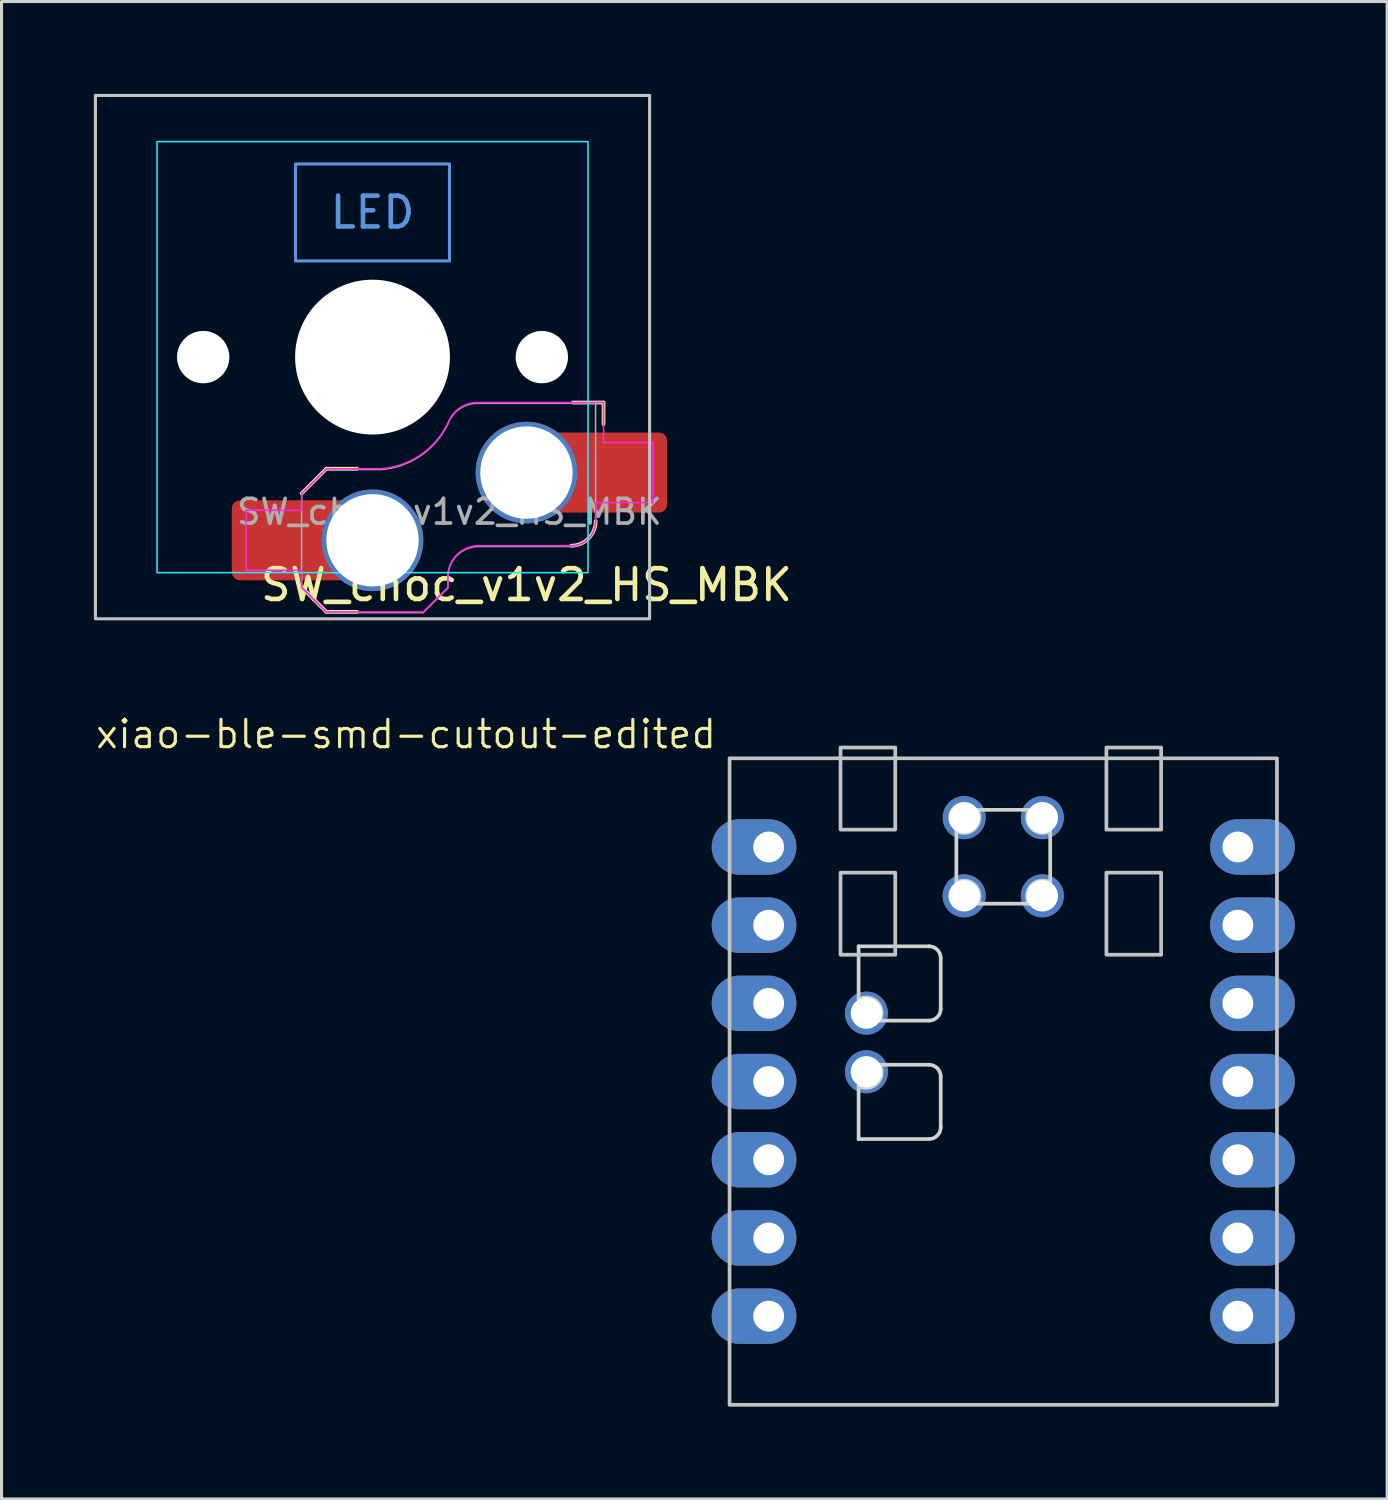
<source format=kicad_pcb>
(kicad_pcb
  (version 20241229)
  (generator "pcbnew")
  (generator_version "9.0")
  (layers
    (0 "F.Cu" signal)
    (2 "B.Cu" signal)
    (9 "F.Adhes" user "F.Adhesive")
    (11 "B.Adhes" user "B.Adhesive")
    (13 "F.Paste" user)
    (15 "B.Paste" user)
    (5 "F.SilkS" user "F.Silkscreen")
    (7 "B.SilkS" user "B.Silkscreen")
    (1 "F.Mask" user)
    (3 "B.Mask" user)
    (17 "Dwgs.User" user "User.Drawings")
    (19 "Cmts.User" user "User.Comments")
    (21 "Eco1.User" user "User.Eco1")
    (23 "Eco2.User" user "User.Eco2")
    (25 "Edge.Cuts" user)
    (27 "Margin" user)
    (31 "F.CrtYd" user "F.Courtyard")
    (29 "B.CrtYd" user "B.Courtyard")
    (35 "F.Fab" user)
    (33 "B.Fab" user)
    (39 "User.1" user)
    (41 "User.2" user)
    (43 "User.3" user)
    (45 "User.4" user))
  (footprint "xiao-ble-smd-cutout-edited"
    (layer "F.Cu")
    (at 29.538 32.081)
    (property "Reference" "xiao-ble-smd-cutout-edited" (at -19.399 -11.283 0) (layer "F.SilkS") (effects (font (size 0.889 0.889) (thickness 0.102))))
    (attr smd exclude_from_pos_files exclude_from_bom)
    (fp_rect (start -5.286 -10.85) (end -3.508 -8.183) (stroke (width 0.12) (type solid)) (fill no) (layer "Dwgs.User"))
    (fp_rect (start -3.508 -4.119) (end -5.286 -6.786) (stroke (width 0.12) (type solid)) (fill no) (layer "Dwgs.User"))
    (fp_rect (start 5.128 -8.183) (end 3.35 -10.85) (stroke (width 0.12) (type solid)) (fill no) (layer "Dwgs.User"))
    (fp_rect (start 5.128 -4.119) (end 3.35 -6.786) (stroke (width 0.12) (type solid)) (fill no) (layer "Dwgs.User"))
    (fp_rect (start 8.89 -10.5) (end -8.89 10.5) (stroke (width 0.12) (type solid)) (fill no) (layer "Dwgs.User"))
    (fp_line (start -4.699 -4.393) (end -2.413 -4.393) (stroke (width 0.12) (type solid)) (layer "Edge.Cuts"))
    (fp_line (start -4.699 -2.666) (end -4.699 -4.393) (stroke (width 0.12) (type solid)) (layer "Edge.Cuts"))
    (fp_line (start -4.699 1.867) (end -4.699 0.14) (stroke (width 0.12) (type solid)) (layer "Edge.Cuts"))
    (fp_line (start -4.013 -0.546) (end -2.413 -0.546) (stroke (width 0.12) (type solid)) (layer "Edge.Cuts"))
    (fp_line (start -2.413 -1.98) (end -4.013 -1.98) (stroke (width 0.12) (type solid)) (layer "Edge.Cuts"))
    (fp_line (start -2.413 1.867) (end -4.699 1.867) (stroke (width 0.12) (type solid)) (layer "Edge.Cuts"))
    (fp_line (start -2.032 -4.012) (end -2.032 -2.361) (stroke (width 0.12) (type solid)) (layer "Edge.Cuts"))
    (fp_line (start -2.032 -0.165) (end -2.032 1.486) (stroke (width 0.12) (type solid)) (layer "Edge.Cuts"))
    (fp_line (start -1.524 -8.14) (end -1.524 -6.464) (stroke (width 0.12) (type solid)) (layer "Edge.Cuts"))
    (fp_line (start 0.838 -8.826) (end -0.838 -8.826) (stroke (width 0.12) (type solid)) (layer "Edge.Cuts"))
    (fp_line (start 0.838 -5.778) (end -0.838 -5.778) (stroke (width 0.12) (type solid)) (layer "Edge.Cuts"))
    (fp_line (start 1.524 -8.14) (end 1.524 -6.464) (stroke (width 0.12) (type solid)) (layer "Edge.Cuts"))
    (fp_arc (start -4.699001 -2.666293) (mid -4.095392 -2.584102) (end -4.013201 -1.980493) (stroke (width 0.12) (type solid)) (layer "Edge.Cuts"))
    (fp_arc (start -4.013201 -0.545594) (mid -4.095392 0.058015) (end -4.699001 0.140206) (stroke (width 0.12) (type solid)) (layer "Edge.Cuts"))
    (fp_arc (start -2.413001 -4.393493) (mid -2.143593 -4.281901) (end -2.032001 -4.012493) (stroke (width 0.12) (type solid)) (layer "Edge.Cuts"))
    (fp_arc (start -2.413001 -0.545594) (mid -2.143593 -0.434002) (end -2.032001 -0.164594) (stroke (width 0.12) (type solid)) (layer "Edge.Cuts"))
    (fp_arc (start -2.032001 -2.361493) (mid -2.143593 -2.092085) (end -2.413001 -1.980493) (stroke (width 0.12) (type solid)) (layer "Edge.Cuts"))
    (fp_arc (start -2.032001 1.486406) (mid -2.143593 1.755814) (end -2.413001 1.867406) (stroke (width 0.12) (type solid)) (layer "Edge.Cuts"))
    (fp_arc (start -1.524 -6.4638) (mid -0.920391 -6.381609) (end -0.8382 -5.778) (stroke (width 0.12) (type solid)) (layer "Edge.Cuts"))
    (fp_arc (start -0.8382 -8.826) (mid -0.920391 -8.222391) (end -1.524 -8.1402) (stroke (width 0.12) (type solid)) (layer "Edge.Cuts"))
    (fp_arc (start 0.8382 -5.778) (mid 0.920393 -6.381607) (end 1.524 -6.4638) (stroke (width 0.12) (type solid)) (layer "Edge.Cuts"))
    (fp_arc (start 1.524 -8.1402) (mid 0.920393 -8.222393) (end 0.8382 -8.826) (stroke (width 0.12) (type solid)) (layer "Edge.Cuts"))
    (pad "1" thru_hole oval (at -7.62 -7.62) (size 2.75 1.8) (drill 1 (offset -0.475 0)) (layers "*.Cu" "*.Mask"))
    (pad "2" thru_hole oval (at -7.62 -5.08) (size 2.75 1.8) (drill 1 (offset -0.475 0)) (layers "*.Cu" "*.Mask"))
    (pad "3" thru_hole oval (at -7.62 -2.54) (size 2.75 1.8) (drill 1 (offset -0.475 0)) (layers "*.Cu" "*.Mask"))
    (pad "4" thru_hole oval (at -7.62 0) (size 2.75 1.8) (drill 1 (offset -0.475 0)) (layers "*.Cu" "*.Mask"))
    (pad "5" thru_hole oval (at -7.62 2.54) (size 2.75 1.8) (drill 1 (offset -0.475 0)) (layers "*.Cu" "*.Mask"))
    (pad "6" thru_hole oval (at -7.62 5.08) (size 2.75 1.8) (drill 1 (offset -0.475 0)) (layers "*.Cu" "*.Mask"))
    (pad "7" thru_hole oval (at -7.62 7.62) (size 2.75 1.8) (drill 1 (offset -0.475 0)) (layers "*.Cu" "*.Mask"))
    (pad "8" thru_hole oval (at 7.62 -7.62 180) (size 2.75 1.8) (drill 1 (offset -0.475 0)) (layers "*.Cu" "*.Mask"))
    (pad "9" thru_hole oval (at 7.62 -5.08 180) (size 2.75 1.8) (drill 1 (offset -0.475 0)) (layers "*.Cu" "*.Mask"))
    (pad "10" thru_hole oval (at 7.62 -2.54 180) (size 2.75 1.8) (drill 1 (offset -0.475 0)) (layers "*.Cu" "*.Mask"))
    (pad "11" thru_hole oval (at 7.62 0 180) (size 2.75 1.8) (drill 1 (offset -0.475 0)) (layers "*.Cu" "*.Mask"))
    (pad "12" thru_hole oval (at 7.62 2.54 180) (size 2.75 1.8) (drill 1 (offset -0.475 0)) (layers "*.Cu" "*.Mask"))
    (pad "13" thru_hole oval (at 7.62 5.08 180) (size 2.75 1.8) (drill 1 (offset -0.475 0)) (layers "*.Cu" "*.Mask"))
    (pad "14" thru_hole oval (at 7.62 7.62 180) (size 2.75 1.8) (drill 1 (offset -0.475 0)) (layers "*.Cu" "*.Mask"))
    (pad "15" thru_hole circle (at -4.445 -2.222 180) (size 1.397 1.397) (drill 1.016) (layers "*.Cu" "*.Mask"))
    (pad "16" thru_hole circle (at -4.445 -0.317 180) (size 1.397 1.397) (drill 1.016) (layers "*.Cu" "*.Mask"))
    (pad "19" thru_hole circle (at -1.27 -8.572 90) (size 1.397 1.397) (drill 1.016) (layers "*.Cu" "*.Mask"))
    (pad "20" thru_hole circle (at 1.27 -8.572 90) (size 1.397 1.397) (drill 1.016) (layers "*.Cu" "*.Mask"))
    (pad "21" thru_hole circle (at -1.27 -6.032 90) (size 1.397 1.397) (drill 1.016) (layers "*.Cu" "*.Mask"))
    (pad "22" thru_hole circle (at 1.27 -6.032 90) (size 1.397 1.397) (drill 1.016) (layers "*.Cu" "*.Mask")))
  (footprint "SW_choc_v1v2_HS_MBK"
    (layer "F.Cu")
    (at 9.05 8.55)
    (property "Reference" "SW_choc_v1v2_HS_MBK" (at 5 7.4 0) (layer "F.SilkS") (effects (font (size 1 1) (thickness 0.15))))
    (attr smd)
    (fp_line (start -2.3 7.475) (end -1.5 8.275) (stroke (width 0.12) (type solid)) (layer "F.SilkS"))
    (fp_line (start -1.5 3.625) (end -2.3 4.425) (stroke (width 0.12) (type solid)) (layer "F.SilkS"))
    (fp_line (start -1.5 3.625) (end -0.5 3.625) (stroke (width 0.12) (type solid)) (layer "F.SilkS"))
    (fp_line (start -1.5 8.275) (end -0.5 8.275) (stroke (width 0.12) (type solid)) (layer "F.SilkS"))
    (fp_line (start 7.504 1.475) (end 6.504 1.475) (stroke (width 0.12) (type solid)) (layer "F.SilkS"))
    (fp_line (start 7.504 1.475) (end 7.504 2.175) (stroke (width 0.12) (type solid)) (layer "F.SilkS"))
    (fp_arc (start 7.25 5.325) (mid 7.015685 5.890685) (end 6.45 6.125) (stroke (width 0.12) (type solid)) (layer "F.SilkS"))
    (fp_rect (start 9 8.5) (end -9 -8.5) (stroke (width 0.1) (type default)) (fill no) (layer "Dwgs.User"))
    (fp_rect (start 2.5 -3.125) (end -2.5 -6.275) (stroke (width 0.1) (type default)) (fill no) (layer "Cmts.User"))
    (fp_line (start -6.95 -6.45) (end -6.95 6.45) (stroke (width 0.05) (type solid)) (layer "Eco2.User"))
    (fp_line (start -6.45 6.95) (end 6.45 6.95) (stroke (width 0.05) (type solid)) (layer "Eco2.User"))
    (fp_line (start 6.45 -6.95) (end -6.45 -6.95) (stroke (width 0.05) (type solid)) (layer "Eco2.User"))
    (fp_line (start 6.95 6.45) (end 6.95 -6.45) (stroke (width 0.05) (type solid)) (layer "Eco2.User"))
    (fp_arc (start -6.95 -6.45) (mid -6.803553 -6.803553) (end -6.45 -6.95) (stroke (width 0.05) (type solid)) (layer "Eco2.User"))
    (fp_arc (start -6.45 6.95) (mid -6.803553 6.803553) (end -6.95 6.45) (stroke (width 0.05) (type solid)) (layer "Eco2.User"))
    (fp_arc (start 6.45 -6.95) (mid 6.803553 -6.803553) (end 6.95 -6.45) (stroke (width 0.05) (type solid)) (layer "Eco2.User"))
    (fp_arc (start 6.95 6.45) (mid 6.803553 6.803553) (end 6.45 6.95) (stroke (width 0.05) (type solid)) (layer "Eco2.User"))
    (fp_rect (start 7 7) (end -7 -7) (stroke (width 0.05) (type default)) (fill no) (layer "B.CrtYd"))
    (fp_line (start -4.104 4.975) (end -4.104 6.925) (stroke (width 0.05) (type solid)) (layer "F.CrtYd"))
    (fp_line (start -4.104 4.975) (end -2.3 4.975) (stroke (width 0.05) (type solid)) (layer "F.CrtYd"))
    (fp_line (start -4.104 6.925) (end -2.3 6.925) (stroke (width 0.05) (type solid)) (layer "F.CrtYd"))
    (fp_line (start -2.3 4.975) (end -2.3 4.425) (stroke (width 0.05) (type solid)) (layer "F.CrtYd"))
    (fp_line (start -2.3 7.475) (end -2.3 6.925) (stroke (width 0.05) (type solid)) (layer "F.CrtYd"))
    (fp_line (start -2.3 7.475) (end -1.5 8.275) (stroke (width 0.05) (type solid)) (layer "F.CrtYd"))
    (fp_line (start -1.5 3.625) (end -2.3 4.425) (stroke (width 0.05) (type solid)) (layer "F.CrtYd"))
    (fp_line (start -1.5 3.625) (end 0.3 3.625) (stroke (width 0.05) (type solid)) (layer "F.CrtYd"))
    (fp_line (start -1.5 8.275) (end 1.65 8.275) (stroke (width 0.05) (type solid)) (layer "F.CrtYd"))
    (fp_line (start 2.45 7.475) (end 1.65 8.275) (stroke (width 0.05) (type solid)) (layer "F.CrtYd"))
    (fp_line (start 2.45 7.475) (end 2.45 7.125) (stroke (width 0.05) (type solid)) (layer "F.CrtYd"))
    (fp_line (start 3.45 6.125) (end 6.45 6.125) (stroke (width 0.05) (type solid)) (layer "F.CrtYd"))
    (fp_line (start 7.25 4.725) (end 9.104 4.725) (stroke (width 0.05) (type solid)) (layer "F.CrtYd"))
    (fp_line (start 7.25 5.325) (end 7.25 4.725) (stroke (width 0.05) (type solid)) (layer "F.CrtYd"))
    (fp_line (start 7.504 1.475) (end 3.4 1.475) (stroke (width 0.05) (type solid)) (layer "F.CrtYd"))
    (fp_line (start 7.504 1.475) (end 7.504 2.175) (stroke (width 0.05) (type solid)) (layer "F.CrtYd"))
    (fp_line (start 7.504 2.175) (end 7.504 2.775) (stroke (width 0.05) (type solid)) (layer "F.CrtYd"))
    (fp_line (start 9.104 2.775) (end 7.504 2.775) (stroke (width 0.05) (type solid)) (layer "F.CrtYd"))
    (fp_line (start 9.104 4.725) (end 9.104 2.775) (stroke (width 0.05) (type solid)) (layer "F.CrtYd"))
    (fp_arc (start 2.45 7.125) (mid 2.742893 6.417893) (end 3.45 6.125) (stroke (width 0.05) (type solid)) (layer "F.CrtYd"))
    (fp_arc (start 2.455444 2.13293) (mid 1.577272 3.167235) (end 0.299999 3.624999) (stroke (width 0.05) (type solid)) (layer "F.CrtYd"))
    (fp_arc (start 2.460307 2.13298) (mid 2.826423 1.655848) (end 3.4 1.475) (stroke (width 0.05) (type solid)) (layer "F.CrtYd"))
    (fp_arc (start 7.25 5.325) (mid 7.015685 5.890685) (end 6.45 6.125) (stroke (width 0.05) (type solid)) (layer "F.CrtYd"))
    (fp_line (start -2.304 7.5) (end -2.304 4.45) (stroke (width 0.05) (type solid)) (layer "F.Fab"))
    (fp_line (start -2.304 7.5) (end -1.504 8.3) (stroke (width 0.05) (type solid)) (layer "F.Fab"))
    (fp_line (start -1.504 3.65) (end -2.304 4.45) (stroke (width 0.05) (type solid)) (layer "F.Fab"))
    (fp_line (start -1.504 3.65) (end 0.296 3.65) (stroke (width 0.05) (type solid)) (layer "F.Fab"))
    (fp_line (start -1.504 8.3) (end 1.646 8.3) (stroke (width 0.05) (type solid)) (layer "F.Fab"))
    (fp_line (start 2.446 7.5) (end 1.646 8.3) (stroke (width 0.05) (type solid)) (layer "F.Fab"))
    (fp_line (start 2.446 7.5) (end 2.446 7.15) (stroke (width 0.05) (type solid)) (layer "F.Fab"))
    (fp_line (start 3.446 6.15) (end 6.446 6.15) (stroke (width 0.05) (type solid)) (layer "F.Fab"))
    (fp_line (start 7.246 1.5) (end 3.396 1.5) (stroke (width 0.05) (type solid)) (layer "F.Fab"))
    (fp_line (start 7.246 5.35) (end 7.246 1.5) (stroke (width 0.05) (type solid)) (layer "F.Fab"))
    (fp_arc (start 2.446 7.15) (mid 2.738893 6.442893) (end 3.446 6.15) (stroke (width 0.05) (type solid)) (layer "F.Fab"))
    (fp_arc (start 2.451444 2.15793) (mid 1.573272 3.192235) (end 0.295999 3.649999) (stroke (width 0.05) (type solid)) (layer "F.Fab"))
    (fp_arc (start 2.456307 2.15798) (mid 2.822423 1.680848) (end 3.396 1.5) (stroke (width 0.05) (type solid)) (layer "F.Fab"))
    (fp_arc (start 7.246 5.35) (mid 7.011685 5.915685) (end 6.446 6.15) (stroke (width 0.05) (type solid)) (layer "F.Fab"))
    (fp_text user "LED" (at 0 -4.7 0) (unlocked yes) (layer "Cmts.User") (effects (font (size 1 1) (thickness 0.15))))
    (fp_text user "${REFERENCE}" (at 2.496 5.025 0) (layer "F.Fab") (effects (font (size 0.8 0.8) (thickness 0.12))))
    (pad "" np_thru_hole circle (at -5.5 0 180) (size 1.7 1.7) (drill 1.7) (layers "*.Cu" "*.Mask"))
    (pad "" np_thru_hole circle (at 0 0 180) (size 5.029 5.029) (drill 5.029) (layers "*.Cu" "*.Mask"))
    (pad "" np_thru_hole circle (at 5.5 0 180) (size 1.7 1.7) (drill 1.7) (layers "*.Cu" "*.Mask"))
    (pad "1" thru_hole circle (at 5 3.75) (size 3.3 3.3) (drill 3) (layers "*.Cu" "F.Mask"))
    (pad "1" smd rect (at 6.55 3.75) (size 1.2 2.6) (layers "F.Cu"))
    (pad "1" smd roundrect (at 8.245 3.75) (size 2.65 2.6) (layers "F.Cu" "F.Mask" "F.Paste") (roundrect_rratio 0.1))
    (pad "2" smd roundrect (at -3.245 5.95) (size 2.65 2.6) (layers "F.Cu" "F.Mask" "F.Paste") (roundrect_rratio 0.1))
    (pad "2" smd rect (at -1.55 5.95 180) (size 1.2 2.6) (layers "F.Cu"))
    (pad "2" thru_hole circle (at 0 5.95) (size 3.3 3.3) (drill 3) (layers "*.Cu" "F.Mask")))
  (gr_rect
    (start -3 -3)
    (end 42.008 45.641)
    (stroke (width 0.1) (type default))
    (fill no)
    (layer "Edge.Cuts")))
</source>
